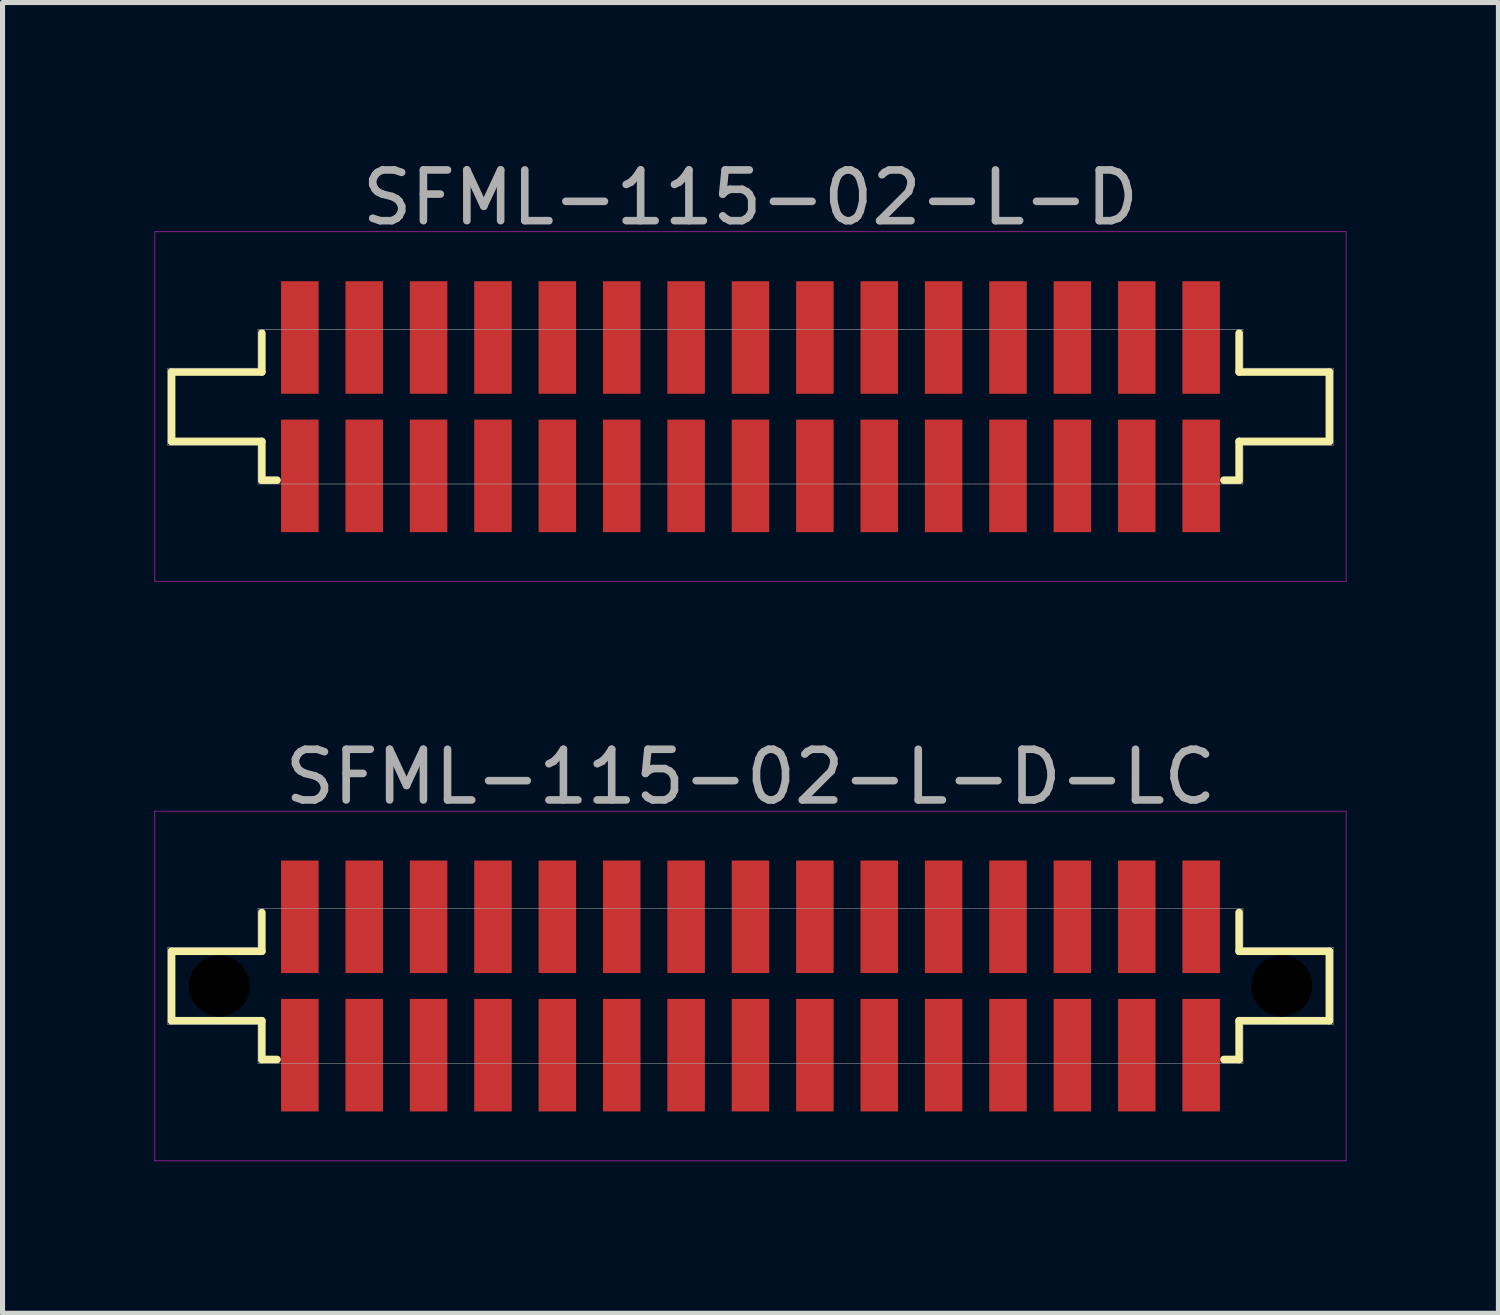
<source format=kicad_pcb>
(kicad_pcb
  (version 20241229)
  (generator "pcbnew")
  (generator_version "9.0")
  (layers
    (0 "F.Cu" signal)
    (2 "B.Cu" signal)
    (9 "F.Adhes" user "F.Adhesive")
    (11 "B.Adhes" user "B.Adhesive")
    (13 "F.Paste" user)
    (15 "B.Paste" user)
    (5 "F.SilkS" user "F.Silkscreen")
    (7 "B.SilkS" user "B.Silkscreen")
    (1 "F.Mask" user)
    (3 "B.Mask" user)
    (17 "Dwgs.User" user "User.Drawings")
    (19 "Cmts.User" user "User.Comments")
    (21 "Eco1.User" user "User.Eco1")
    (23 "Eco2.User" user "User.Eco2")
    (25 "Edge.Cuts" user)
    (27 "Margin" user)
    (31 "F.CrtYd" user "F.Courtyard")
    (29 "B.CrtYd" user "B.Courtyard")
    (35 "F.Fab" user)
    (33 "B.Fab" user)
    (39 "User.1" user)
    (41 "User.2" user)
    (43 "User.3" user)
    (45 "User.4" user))
  (footprint "SFML-115-02-L-D-LC"
    (layer "F.Cu")
    (at 11.755 16.401)
    (property "Reference" "SFML-115-02-L-D-LC" (at 0 -4.125 0) (layer "F.Fab") (effects (font (size 1 1) (thickness 0.15))))
    (attr smd)
    (fp_line (start -11.42 -0.685) (end -9.64 -0.685) (stroke (width 0.15) (type solid)) (layer "F.SilkS"))
    (fp_line (start -11.42 0.685) (end -11.42 -0.685) (stroke (width 0.15) (type solid)) (layer "F.SilkS"))
    (fp_line (start -9.64 -0.685) (end -9.64 -1.45) (stroke (width 0.15) (type solid)) (layer "F.SilkS"))
    (fp_line (start -9.64 0.685) (end -11.42 0.685) (stroke (width 0.15) (type solid)) (layer "F.SilkS"))
    (fp_line (start -9.64 1.45) (end -9.64 0.685) (stroke (width 0.15) (type solid)) (layer "F.SilkS"))
    (fp_line (start -9.34 1.45) (end -9.64 1.45) (stroke (width 0.15) (type solid)) (layer "F.SilkS"))
    (fp_line (start 9.64 -1.45) (end 9.64 -0.685) (stroke (width 0.15) (type solid)) (layer "F.SilkS"))
    (fp_line (start 9.64 -0.685) (end 11.42 -0.685) (stroke (width 0.15) (type solid)) (layer "F.SilkS"))
    (fp_line (start 9.64 0.685) (end 9.64 1.45) (stroke (width 0.15) (type solid)) (layer "F.SilkS"))
    (fp_line (start 9.64 1.45) (end 9.34 1.45) (stroke (width 0.15) (type solid)) (layer "F.SilkS"))
    (fp_line (start 11.42 -0.685) (end 11.42 0.685) (stroke (width 0.15) (type solid)) (layer "F.SilkS"))
    (fp_line (start 11.42 0.685) (end 9.64 0.685) (stroke (width 0.15) (type solid)) (layer "F.SilkS"))
    (fp_line (start -11.75 -3.45) (end 11.75 -3.45) (stroke (width 0.01) (type solid)) (layer "F.CrtYd"))
    (fp_line (start -11.75 3.45) (end -11.75 -3.45) (stroke (width 0.01) (type solid)) (layer "F.CrtYd"))
    (fp_line (start 11.75 -3.45) (end 11.75 3.45) (stroke (width 0.01) (type solid)) (layer "F.CrtYd"))
    (fp_line (start 11.75 3.45) (end -11.75 3.45) (stroke (width 0.01) (type solid)) (layer "F.CrtYd"))
    (fp_line (start -11.495 -0.76) (end -9.715 -0.76) (stroke (width 0.01) (type solid)) (layer "F.Fab"))
    (fp_line (start -11.495 0.76) (end -11.495 -0.76) (stroke (width 0.01) (type solid)) (layer "F.Fab"))
    (fp_line (start -9.715 -1.525) (end 9.715 -1.525) (stroke (width 0.01) (type solid)) (layer "F.Fab"))
    (fp_line (start -9.715 -0.76) (end -9.715 -1.525) (stroke (width 0.01) (type solid)) (layer "F.Fab"))
    (fp_line (start -9.715 0.76) (end -11.495 0.76) (stroke (width 0.01) (type solid)) (layer "F.Fab"))
    (fp_line (start -9.715 1.525) (end -9.715 0.76) (stroke (width 0.01) (type solid)) (layer "F.Fab"))
    (fp_line (start 9.715 -1.525) (end 9.715 -0.76) (stroke (width 0.01) (type solid)) (layer "F.Fab"))
    (fp_line (start 9.715 -0.76) (end 11.495 -0.76) (stroke (width 0.01) (type solid)) (layer "F.Fab"))
    (fp_line (start 9.715 0.76) (end 9.715 1.525) (stroke (width 0.01) (type solid)) (layer "F.Fab"))
    (fp_line (start 9.715 1.525) (end -9.715 1.525) (stroke (width 0.01) (type solid)) (layer "F.Fab"))
    (fp_line (start 11.495 -0.76) (end 11.495 0.76) (stroke (width 0.01) (type solid)) (layer "F.Fab"))
    (fp_line (start 11.495 0.76) (end 9.715 0.76) (stroke (width 0.01) (type solid)) (layer "F.Fab"))
    (pad "" np_thru_hole circle (at -10.48 0) (size 1.2 1.2) (drill 1.2) (layers "*.Mask"))
    (pad "" np_thru_hole circle (at 10.48 0) (size 1.2 1.2) (drill 1.2) (layers "*.Mask"))
    (pad "1" smd rect (at -8.89 -1.365) (size 0.74 2.22) (layers "F.Cu" "F.Mask" "F.Paste"))
    (pad "2" smd rect (at -8.89 1.365) (size 0.74 2.22) (layers "F.Cu" "F.Mask" "F.Paste"))
    (pad "3" smd rect (at -7.62 -1.365) (size 0.74 2.22) (layers "F.Cu" "F.Mask" "F.Paste"))
    (pad "4" smd rect (at -7.62 1.365) (size 0.74 2.22) (layers "F.Cu" "F.Mask" "F.Paste"))
    (pad "5" smd rect (at -6.35 -1.365) (size 0.74 2.22) (layers "F.Cu" "F.Mask" "F.Paste"))
    (pad "6" smd rect (at -6.35 1.365) (size 0.74 2.22) (layers "F.Cu" "F.Mask" "F.Paste"))
    (pad "7" smd rect (at -5.08 -1.365) (size 0.74 2.22) (layers "F.Cu" "F.Mask" "F.Paste"))
    (pad "8" smd rect (at -5.08 1.365) (size 0.74 2.22) (layers "F.Cu" "F.Mask" "F.Paste"))
    (pad "9" smd rect (at -3.81 -1.365) (size 0.74 2.22) (layers "F.Cu" "F.Mask" "F.Paste"))
    (pad "10" smd rect (at -3.81 1.365) (size 0.74 2.22) (layers "F.Cu" "F.Mask" "F.Paste"))
    (pad "11" smd rect (at -2.54 -1.365) (size 0.74 2.22) (layers "F.Cu" "F.Mask" "F.Paste"))
    (pad "12" smd rect (at -2.54 1.365) (size 0.74 2.22) (layers "F.Cu" "F.Mask" "F.Paste"))
    (pad "13" smd rect (at -1.27 -1.365) (size 0.74 2.22) (layers "F.Cu" "F.Mask" "F.Paste"))
    (pad "14" smd rect (at -1.27 1.365) (size 0.74 2.22) (layers "F.Cu" "F.Mask" "F.Paste"))
    (pad "15" smd rect (at 0 -1.365) (size 0.74 2.22) (layers "F.Cu" "F.Mask" "F.Paste"))
    (pad "16" smd rect (at 0 1.365) (size 0.74 2.22) (layers "F.Cu" "F.Mask" "F.Paste"))
    (pad "17" smd rect (at 1.27 -1.365) (size 0.74 2.22) (layers "F.Cu" "F.Mask" "F.Paste"))
    (pad "18" smd rect (at 1.27 1.365) (size 0.74 2.22) (layers "F.Cu" "F.Mask" "F.Paste"))
    (pad "19" smd rect (at 2.54 -1.365) (size 0.74 2.22) (layers "F.Cu" "F.Mask" "F.Paste"))
    (pad "20" smd rect (at 2.54 1.365) (size 0.74 2.22) (layers "F.Cu" "F.Mask" "F.Paste"))
    (pad "21" smd rect (at 3.81 -1.365) (size 0.74 2.22) (layers "F.Cu" "F.Mask" "F.Paste"))
    (pad "22" smd rect (at 3.81 1.365) (size 0.74 2.22) (layers "F.Cu" "F.Mask" "F.Paste"))
    (pad "23" smd rect (at 5.08 -1.365) (size 0.74 2.22) (layers "F.Cu" "F.Mask" "F.Paste"))
    (pad "24" smd rect (at 5.08 1.365) (size 0.74 2.22) (layers "F.Cu" "F.Mask" "F.Paste"))
    (pad "25" smd rect (at 6.35 -1.365) (size 0.74 2.22) (layers "F.Cu" "F.Mask" "F.Paste"))
    (pad "26" smd rect (at 6.35 1.365) (size 0.74 2.22) (layers "F.Cu" "F.Mask" "F.Paste"))
    (pad "27" smd rect (at 7.62 -1.365) (size 0.74 2.22) (layers "F.Cu" "F.Mask" "F.Paste"))
    (pad "28" smd rect (at 7.62 1.365) (size 0.74 2.22) (layers "F.Cu" "F.Mask" "F.Paste"))
    (pad "29" smd rect (at 8.89 -1.365) (size 0.74 2.22) (layers "F.Cu" "F.Mask" "F.Paste"))
    (pad "30" smd rect (at 8.89 1.365) (size 0.74 2.22) (layers "F.Cu" "F.Mask" "F.Paste")))
  (footprint "SFML-115-02-L-D"
    (layer "F.Cu")
    (at 11.755 4.973)
    (property "Reference" "SFML-115-02-L-D" (at 0 -4.125 0) (layer "F.Fab") (effects (font (size 1 1) (thickness 0.15))))
    (attr smd)
    (fp_line (start -11.42 -0.685) (end -9.64 -0.685) (stroke (width 0.15) (type solid)) (layer "F.SilkS"))
    (fp_line (start -11.42 0.685) (end -11.42 -0.685) (stroke (width 0.15) (type solid)) (layer "F.SilkS"))
    (fp_line (start -9.64 -0.685) (end -9.64 -1.45) (stroke (width 0.15) (type solid)) (layer "F.SilkS"))
    (fp_line (start -9.64 0.685) (end -11.42 0.685) (stroke (width 0.15) (type solid)) (layer "F.SilkS"))
    (fp_line (start -9.64 1.45) (end -9.64 0.685) (stroke (width 0.15) (type solid)) (layer "F.SilkS"))
    (fp_line (start -9.34 1.45) (end -9.64 1.45) (stroke (width 0.15) (type solid)) (layer "F.SilkS"))
    (fp_line (start 9.64 -1.45) (end 9.64 -0.685) (stroke (width 0.15) (type solid)) (layer "F.SilkS"))
    (fp_line (start 9.64 -0.685) (end 11.42 -0.685) (stroke (width 0.15) (type solid)) (layer "F.SilkS"))
    (fp_line (start 9.64 0.685) (end 9.64 1.45) (stroke (width 0.15) (type solid)) (layer "F.SilkS"))
    (fp_line (start 9.64 1.45) (end 9.34 1.45) (stroke (width 0.15) (type solid)) (layer "F.SilkS"))
    (fp_line (start 11.42 -0.685) (end 11.42 0.685) (stroke (width 0.15) (type solid)) (layer "F.SilkS"))
    (fp_line (start 11.42 0.685) (end 9.64 0.685) (stroke (width 0.15) (type solid)) (layer "F.SilkS"))
    (fp_line (start -11.75 -3.45) (end 11.75 -3.45) (stroke (width 0.01) (type solid)) (layer "F.CrtYd"))
    (fp_line (start -11.75 3.45) (end -11.75 -3.45) (stroke (width 0.01) (type solid)) (layer "F.CrtYd"))
    (fp_line (start 11.75 -3.45) (end 11.75 3.45) (stroke (width 0.01) (type solid)) (layer "F.CrtYd"))
    (fp_line (start 11.75 3.45) (end -11.75 3.45) (stroke (width 0.01) (type solid)) (layer "F.CrtYd"))
    (fp_line (start -11.495 -0.76) (end -9.715 -0.76) (stroke (width 0.01) (type solid)) (layer "F.Fab"))
    (fp_line (start -11.495 0.76) (end -11.495 -0.76) (stroke (width 0.01) (type solid)) (layer "F.Fab"))
    (fp_line (start -9.715 -1.525) (end 9.715 -1.525) (stroke (width 0.01) (type solid)) (layer "F.Fab"))
    (fp_line (start -9.715 -0.76) (end -9.715 -1.525) (stroke (width 0.01) (type solid)) (layer "F.Fab"))
    (fp_line (start -9.715 0.76) (end -11.495 0.76) (stroke (width 0.01) (type solid)) (layer "F.Fab"))
    (fp_line (start -9.715 1.525) (end -9.715 0.76) (stroke (width 0.01) (type solid)) (layer "F.Fab"))
    (fp_line (start 9.715 -1.525) (end 9.715 -0.76) (stroke (width 0.01) (type solid)) (layer "F.Fab"))
    (fp_line (start 9.715 -0.76) (end 11.495 -0.76) (stroke (width 0.01) (type solid)) (layer "F.Fab"))
    (fp_line (start 9.715 0.76) (end 9.715 1.525) (stroke (width 0.01) (type solid)) (layer "F.Fab"))
    (fp_line (start 9.715 1.525) (end -9.715 1.525) (stroke (width 0.01) (type solid)) (layer "F.Fab"))
    (fp_line (start 11.495 -0.76) (end 11.495 0.76) (stroke (width 0.01) (type solid)) (layer "F.Fab"))
    (fp_line (start 11.495 0.76) (end 9.715 0.76) (stroke (width 0.01) (type solid)) (layer "F.Fab"))
    (pad "1" smd rect (at -8.89 -1.365) (size 0.74 2.22) (layers "F.Cu" "F.Mask" "F.Paste"))
    (pad "2" smd rect (at -8.89 1.365) (size 0.74 2.22) (layers "F.Cu" "F.Mask" "F.Paste"))
    (pad "3" smd rect (at -7.62 -1.365) (size 0.74 2.22) (layers "F.Cu" "F.Mask" "F.Paste"))
    (pad "4" smd rect (at -7.62 1.365) (size 0.74 2.22) (layers "F.Cu" "F.Mask" "F.Paste"))
    (pad "5" smd rect (at -6.35 -1.365) (size 0.74 2.22) (layers "F.Cu" "F.Mask" "F.Paste"))
    (pad "6" smd rect (at -6.35 1.365) (size 0.74 2.22) (layers "F.Cu" "F.Mask" "F.Paste"))
    (pad "7" smd rect (at -5.08 -1.365) (size 0.74 2.22) (layers "F.Cu" "F.Mask" "F.Paste"))
    (pad "8" smd rect (at -5.08 1.365) (size 0.74 2.22) (layers "F.Cu" "F.Mask" "F.Paste"))
    (pad "9" smd rect (at -3.81 -1.365) (size 0.74 2.22) (layers "F.Cu" "F.Mask" "F.Paste"))
    (pad "10" smd rect (at -3.81 1.365) (size 0.74 2.22) (layers "F.Cu" "F.Mask" "F.Paste"))
    (pad "11" smd rect (at -2.54 -1.365) (size 0.74 2.22) (layers "F.Cu" "F.Mask" "F.Paste"))
    (pad "12" smd rect (at -2.54 1.365) (size 0.74 2.22) (layers "F.Cu" "F.Mask" "F.Paste"))
    (pad "13" smd rect (at -1.27 -1.365) (size 0.74 2.22) (layers "F.Cu" "F.Mask" "F.Paste"))
    (pad "14" smd rect (at -1.27 1.365) (size 0.74 2.22) (layers "F.Cu" "F.Mask" "F.Paste"))
    (pad "15" smd rect (at 0 -1.365) (size 0.74 2.22) (layers "F.Cu" "F.Mask" "F.Paste"))
    (pad "16" smd rect (at 0 1.365) (size 0.74 2.22) (layers "F.Cu" "F.Mask" "F.Paste"))
    (pad "17" smd rect (at 1.27 -1.365) (size 0.74 2.22) (layers "F.Cu" "F.Mask" "F.Paste"))
    (pad "18" smd rect (at 1.27 1.365) (size 0.74 2.22) (layers "F.Cu" "F.Mask" "F.Paste"))
    (pad "19" smd rect (at 2.54 -1.365) (size 0.74 2.22) (layers "F.Cu" "F.Mask" "F.Paste"))
    (pad "20" smd rect (at 2.54 1.365) (size 0.74 2.22) (layers "F.Cu" "F.Mask" "F.Paste"))
    (pad "21" smd rect (at 3.81 -1.365) (size 0.74 2.22) (layers "F.Cu" "F.Mask" "F.Paste"))
    (pad "22" smd rect (at 3.81 1.365) (size 0.74 2.22) (layers "F.Cu" "F.Mask" "F.Paste"))
    (pad "23" smd rect (at 5.08 -1.365) (size 0.74 2.22) (layers "F.Cu" "F.Mask" "F.Paste"))
    (pad "24" smd rect (at 5.08 1.365) (size 0.74 2.22) (layers "F.Cu" "F.Mask" "F.Paste"))
    (pad "25" smd rect (at 6.35 -1.365) (size 0.74 2.22) (layers "F.Cu" "F.Mask" "F.Paste"))
    (pad "26" smd rect (at 6.35 1.365) (size 0.74 2.22) (layers "F.Cu" "F.Mask" "F.Paste"))
    (pad "27" smd rect (at 7.62 -1.365) (size 0.74 2.22) (layers "F.Cu" "F.Mask" "F.Paste"))
    (pad "28" smd rect (at 7.62 1.365) (size 0.74 2.22) (layers "F.Cu" "F.Mask" "F.Paste"))
    (pad "29" smd rect (at 8.89 -1.365) (size 0.74 2.22) (layers "F.Cu" "F.Mask" "F.Paste"))
    (pad "30" smd rect (at 8.89 1.365) (size 0.74 2.22) (layers "F.Cu" "F.Mask" "F.Paste")))
  (gr_rect
    (start -3 -3)
    (end 26.51 22.857)
    (stroke (width 0.1) (type default))
    (fill no)
    (layer "Edge.Cuts")))
</source>
